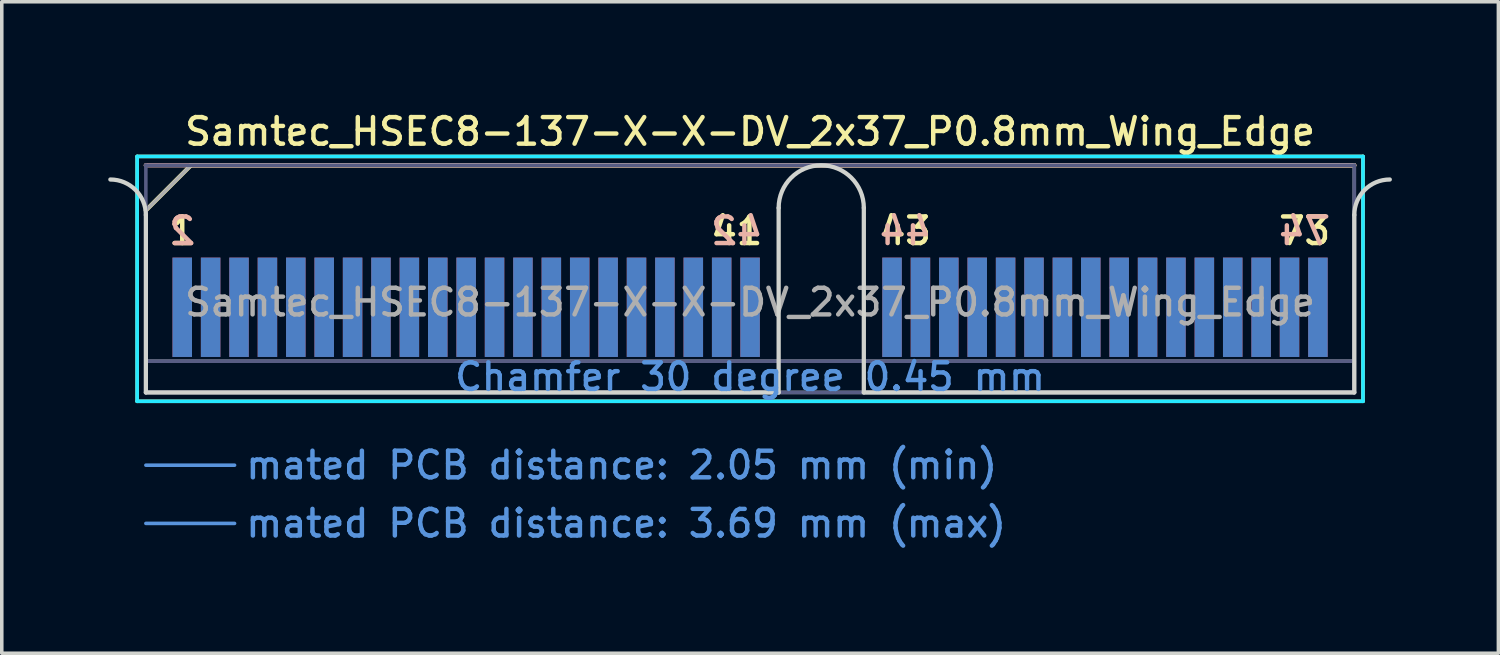
<source format=kicad_pcb>
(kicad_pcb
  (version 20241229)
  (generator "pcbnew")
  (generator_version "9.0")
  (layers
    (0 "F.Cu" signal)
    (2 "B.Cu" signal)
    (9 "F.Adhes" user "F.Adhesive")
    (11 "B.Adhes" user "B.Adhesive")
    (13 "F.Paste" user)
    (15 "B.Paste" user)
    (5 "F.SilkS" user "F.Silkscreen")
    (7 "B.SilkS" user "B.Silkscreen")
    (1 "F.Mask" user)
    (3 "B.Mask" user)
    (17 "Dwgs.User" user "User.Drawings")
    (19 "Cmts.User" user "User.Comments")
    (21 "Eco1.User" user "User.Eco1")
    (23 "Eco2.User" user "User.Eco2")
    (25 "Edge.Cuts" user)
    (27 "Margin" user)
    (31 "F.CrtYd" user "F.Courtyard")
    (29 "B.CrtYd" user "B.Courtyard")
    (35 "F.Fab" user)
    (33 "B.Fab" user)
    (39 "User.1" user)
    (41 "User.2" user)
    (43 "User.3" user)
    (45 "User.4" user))
  (footprint "Samtec_HSEC8-137-X-X-DV_2x37_P0.8mm_Wing_Edge"
    (layer "F.Cu")
    (at 18.085 8.008)
    (property "Reference" "Samtec_HSEC8-137-X-X-DV_2x37_P0.8mm_Wing_Edge" (at 0 -7.35 0) (layer "F.SilkS") (effects (font (size 0.75 0.75) (thickness 0.125))))
    (attr exclude_from_pos_files exclude_from_bom)
    (fp_line (start -17.27 -6.65) (end -17.27 0.25) (stroke (width 0.1) (type solid)) (layer "F.SilkS"))
    (fp_line (start -17.27 0.25) (end 17.27 0.25) (stroke (width 0.1) (type solid)) (layer "F.SilkS"))
    (fp_line (start -17.025 -5.13) (end -15.755 -6.4) (stroke (width 0.12) (type solid)) (layer "F.SilkS"))
    (fp_line (start -15.755 -6.4) (end 17.025 -6.4) (stroke (width 0.12) (type solid)) (layer "F.SilkS"))
    (fp_line (start 17.27 -6.65) (end -17.27 -6.65) (stroke (width 0.1) (type solid)) (layer "F.SilkS"))
    (fp_line (start 17.27 0.25) (end 17.27 -6.65) (stroke (width 0.1) (type solid)) (layer "F.SilkS"))
    (fp_line (start -17.025 -6.4) (end -17.025 -6.4) (stroke (width 0.12) (type solid)) (layer "B.SilkS"))
    (fp_line (start -17.025 -6.4) (end 17.025 -6.4) (stroke (width 0.12) (type solid)) (layer "B.SilkS"))
    (fp_line (start -17.025 2.05) (end -14.525 2.05) (stroke (width 0.1) (type solid)) (layer "Cmts.User"))
    (fp_line (start -17.025 3.69) (end -14.525 3.69) (stroke (width 0.1) (type solid)) (layer "Cmts.User"))
    (fp_line (start -17.025 -5) (end -17.025 0) (stroke (width 0.12) (type solid)) (layer "Edge.Cuts"))
    (fp_line (start -17.025 0) (end 0.805 0) (stroke (width 0.12) (type solid)) (layer "Edge.Cuts"))
    (fp_line (start 0.805 0) (end 0.805 -5.2) (stroke (width 0.12) (type solid)) (layer "Edge.Cuts"))
    (fp_line (start 3.205 -5.2) (end 3.205 0) (stroke (width 0.12) (type solid)) (layer "Edge.Cuts"))
    (fp_line (start 3.205 0) (end 17.025 0) (stroke (width 0.12) (type solid)) (layer "Edge.Cuts"))
    (fp_line (start 17.025 0) (end 17.025 -5) (stroke (width 0.12) (type solid)) (layer "Edge.Cuts"))
    (fp_arc (start -18.025 -6) (mid -17.317893 -5.707107) (end -17.025 -5) (stroke (width 0.12) (type solid)) (layer "Edge.Cuts"))
    (fp_arc (start 0.805 -5.2) (mid 2.005 -6.4) (end 3.205 -5.2) (stroke (width 0.12) (type solid)) (layer "Edge.Cuts"))
    (fp_arc (start 17.025 -5) (mid 17.317893 -5.707107) (end 18.025 -6) (stroke (width 0.12) (type solid)) (layer "Edge.Cuts"))
    (fp_line (start -17.27 -6.65) (end -17.27 0.25) (stroke (width 0.1) (type solid)) (layer "B.CrtYd"))
    (fp_line (start -17.27 0.25) (end 17.27 0.25) (stroke (width 0.1) (type solid)) (layer "B.CrtYd"))
    (fp_line (start 17.27 -6.65) (end -17.27 -6.65) (stroke (width 0.1) (type solid)) (layer "B.CrtYd"))
    (fp_line (start 17.27 0.25) (end 17.27 -6.65) (stroke (width 0.1) (type solid)) (layer "B.CrtYd"))
    (fp_line (start -17.025 -6.4) (end -17.025 -6.4) (stroke (width 0.1) (type solid)) (layer "B.Fab"))
    (fp_line (start -17.025 -6.4) (end -17.025 0) (stroke (width 0.1) (type solid)) (layer "B.Fab"))
    (fp_line (start -17.025 -6.4) (end 17.025 -6.4) (stroke (width 0.1) (type solid)) (layer "B.Fab"))
    (fp_line (start -17.025 -0.88) (end 17.025 -0.88) (stroke (width 0.1) (type solid)) (layer "B.Fab"))
    (fp_line (start -17.025 0) (end 17.025 0) (stroke (width 0.1) (type solid)) (layer "B.Fab"))
    (fp_line (start 17.025 -6.4) (end 17.025 0) (stroke (width 0.1) (type solid)) (layer "B.Fab"))
    (fp_line (start -17.025 -5.13) (end -17.025 0) (stroke (width 0.1) (type solid)) (layer "F.Fab"))
    (fp_line (start -17.025 -5.13) (end -15.755 -6.4) (stroke (width 0.1) (type solid)) (layer "F.Fab"))
    (fp_line (start -17.025 -0.88) (end 17.025 -0.88) (stroke (width 0.1) (type solid)) (layer "F.Fab"))
    (fp_line (start -17.025 0) (end 17.025 0) (stroke (width 0.1) (type solid)) (layer "F.Fab"))
    (fp_line (start -15.755 -6.4) (end 17.025 -6.4) (stroke (width 0.1) (type solid)) (layer "F.Fab"))
    (fp_line (start 17.025 -6.4) (end 17.025 0) (stroke (width 0.1) (type solid)) (layer "F.Fab"))
    (fp_text user "43" (at 4.375 -4.55 0) (layer "F.SilkS") (effects (font (size 0.75 0.75) (thickness 0.125))))
    (fp_text user "73" (at 15.625 -4.55 0) (layer "F.SilkS") (effects (font (size 0.75 0.75) (thickness 0.125))))
    (fp_text user "41" (at -0.375 -4.55 0) (layer "F.SilkS") (effects (font (size 0.75 0.75) (thickness 0.125))))
    (fp_text user "1" (at -16 -4.55 0) (layer "F.SilkS") (effects (font (size 0.75 0.75) (thickness 0.125))))
    (fp_text user "44" (at 4.375 -4.55 0) (layer "B.SilkS") (effects (font (size 0.75 0.75) (thickness 0.125)) (justify mirror)))
    (fp_text user "74" (at 15.625 -4.55 0) (layer "B.SilkS") (effects (font (size 0.75 0.75) (thickness 0.125)) (justify mirror)))
    (fp_text user "2" (at -16 -4.55 0) (layer "B.SilkS") (effects (font (size 0.75 0.75) (thickness 0.125)) (justify mirror)))
    (fp_text user "42" (at -0.375 -4.55 0) (layer "B.SilkS") (effects (font (size 0.75 0.75) (thickness 0.125)) (justify mirror)))
    (fp_text user "mated PCB distance: 3.69 mm (max)" (at -14.27 3.69 0) (layer "Cmts.User") (effects (font (size 0.75 0.75) (thickness 0.125)) (justify left)))
    (fp_text user "Chamfer 30 degree 0.45 mm" (at 0 -0.44 0) (layer "Cmts.User") (effects (font (size 0.75 0.75) (thickness 0.125))))
    (fp_text user "mated PCB distance: 2.05 mm (min)" (at -14.27 2.05 0) (layer "Cmts.User") (effects (font (size 0.75 0.75) (thickness 0.125)) (justify left)))
    (fp_text user "${REFERENCE}" (at 0 -2.54 0) (layer "F.Fab") (effects (font (size 0.75 0.75) (thickness 0.125))))
    (pad "1" connect rect (at -16 -2.4) (size 0.55 2.8) (layers "F.Cu" "F.Mask"))
    (pad "2" connect rect (at -16 -2.4) (size 0.55 2.8) (layers "B.Cu" "B.Mask"))
    (pad "3" connect rect (at -15.2 -2.4) (size 0.55 2.8) (layers "F.Cu" "F.Mask"))
    (pad "4" connect rect (at -15.2 -2.4) (size 0.55 2.8) (layers "B.Cu" "B.Mask"))
    (pad "5" connect rect (at -14.4 -2.4) (size 0.55 2.8) (layers "F.Cu" "F.Mask"))
    (pad "6" connect rect (at -14.4 -2.4) (size 0.55 2.8) (layers "B.Cu" "B.Mask"))
    (pad "7" connect rect (at -13.6 -2.4) (size 0.55 2.8) (layers "F.Cu" "F.Mask"))
    (pad "8" connect rect (at -13.6 -2.4) (size 0.55 2.8) (layers "B.Cu" "B.Mask"))
    (pad "9" connect rect (at -12.8 -2.4) (size 0.55 2.8) (layers "F.Cu" "F.Mask"))
    (pad "10" connect rect (at -12.8 -2.4) (size 0.55 2.8) (layers "B.Cu" "B.Mask"))
    (pad "11" connect rect (at -12 -2.4) (size 0.55 2.8) (layers "F.Cu" "F.Mask"))
    (pad "12" connect rect (at -12 -2.4) (size 0.55 2.8) (layers "B.Cu" "B.Mask"))
    (pad "13" connect rect (at -11.2 -2.4) (size 0.55 2.8) (layers "F.Cu" "F.Mask"))
    (pad "14" connect rect (at -11.2 -2.4) (size 0.55 2.8) (layers "B.Cu" "B.Mask"))
    (pad "15" connect rect (at -10.4 -2.4) (size 0.55 2.8) (layers "F.Cu" "F.Mask"))
    (pad "16" connect rect (at -10.4 -2.4) (size 0.55 2.8) (layers "B.Cu" "B.Mask"))
    (pad "17" connect rect (at -9.6 -2.4) (size 0.55 2.8) (layers "F.Cu" "F.Mask"))
    (pad "18" connect rect (at -9.6 -2.4) (size 0.55 2.8) (layers "B.Cu" "B.Mask"))
    (pad "19" connect rect (at -8.8 -2.4) (size 0.55 2.8) (layers "F.Cu" "F.Mask"))
    (pad "20" connect rect (at -8.8 -2.4) (size 0.55 2.8) (layers "B.Cu" "B.Mask"))
    (pad "21" connect rect (at -8 -2.4) (size 0.55 2.8) (layers "F.Cu" "F.Mask"))
    (pad "22" connect rect (at -8 -2.4) (size 0.55 2.8) (layers "B.Cu" "B.Mask"))
    (pad "23" connect rect (at -7.2 -2.4) (size 0.55 2.8) (layers "F.Cu" "F.Mask"))
    (pad "24" connect rect (at -7.2 -2.4) (size 0.55 2.8) (layers "B.Cu" "B.Mask"))
    (pad "25" connect rect (at -6.4 -2.4) (size 0.55 2.8) (layers "F.Cu" "F.Mask"))
    (pad "26" connect rect (at -6.4 -2.4) (size 0.55 2.8) (layers "B.Cu" "B.Mask"))
    (pad "27" connect rect (at -5.6 -2.4) (size 0.55 2.8) (layers "F.Cu" "F.Mask"))
    (pad "28" connect rect (at -5.6 -2.4) (size 0.55 2.8) (layers "B.Cu" "B.Mask"))
    (pad "29" connect rect (at -4.8 -2.4) (size 0.55 2.8) (layers "F.Cu" "F.Mask"))
    (pad "30" connect rect (at -4.8 -2.4) (size 0.55 2.8) (layers "B.Cu" "B.Mask"))
    (pad "31" connect rect (at -4 -2.4) (size 0.55 2.8) (layers "F.Cu" "F.Mask"))
    (pad "32" connect rect (at -4 -2.4) (size 0.55 2.8) (layers "B.Cu" "B.Mask"))
    (pad "33" connect rect (at -3.2 -2.4) (size 0.55 2.8) (layers "F.Cu" "F.Mask"))
    (pad "34" connect rect (at -3.2 -2.4) (size 0.55 2.8) (layers "B.Cu" "B.Mask"))
    (pad "35" connect rect (at -2.4 -2.4) (size 0.55 2.8) (layers "F.Cu" "F.Mask"))
    (pad "36" connect rect (at -2.4 -2.4) (size 0.55 2.8) (layers "B.Cu" "B.Mask"))
    (pad "37" connect rect (at -1.6 -2.4) (size 0.55 2.8) (layers "F.Cu" "F.Mask"))
    (pad "38" connect rect (at -1.6 -2.4) (size 0.55 2.8) (layers "B.Cu" "B.Mask"))
    (pad "39" connect rect (at -0.8 -2.4) (size 0.55 2.8) (layers "F.Cu" "F.Mask"))
    (pad "40" connect rect (at -0.8 -2.4) (size 0.55 2.8) (layers "B.Cu" "B.Mask"))
    (pad "41" connect rect (at 0 -2.4) (size 0.55 2.8) (layers "F.Cu" "F.Mask"))
    (pad "42" connect rect (at 0 -2.4) (size 0.55 2.8) (layers "B.Cu" "B.Mask"))
    (pad "43" connect rect (at 4 -2.4) (size 0.55 2.8) (layers "F.Cu" "F.Mask"))
    (pad "44" connect rect (at 4 -2.4) (size 0.55 2.8) (layers "B.Cu" "B.Mask"))
    (pad "45" connect rect (at 4.8 -2.4) (size 0.55 2.8) (layers "F.Cu" "F.Mask"))
    (pad "46" connect rect (at 4.8 -2.4) (size 0.55 2.8) (layers "B.Cu" "B.Mask"))
    (pad "47" connect rect (at 5.6 -2.4) (size 0.55 2.8) (layers "F.Cu" "F.Mask"))
    (pad "48" connect rect (at 5.6 -2.4) (size 0.55 2.8) (layers "B.Cu" "B.Mask"))
    (pad "49" connect rect (at 6.4 -2.4) (size 0.55 2.8) (layers "F.Cu" "F.Mask"))
    (pad "50" connect rect (at 6.4 -2.4) (size 0.55 2.8) (layers "B.Cu" "B.Mask"))
    (pad "51" connect rect (at 7.2 -2.4) (size 0.55 2.8) (layers "F.Cu" "F.Mask"))
    (pad "52" connect rect (at 7.2 -2.4) (size 0.55 2.8) (layers "B.Cu" "B.Mask"))
    (pad "53" connect rect (at 8 -2.4) (size 0.55 2.8) (layers "F.Cu" "F.Mask"))
    (pad "54" connect rect (at 8 -2.4) (size 0.55 2.8) (layers "B.Cu" "B.Mask"))
    (pad "55" connect rect (at 8.8 -2.4) (size 0.55 2.8) (layers "F.Cu" "F.Mask"))
    (pad "56" connect rect (at 8.8 -2.4) (size 0.55 2.8) (layers "B.Cu" "B.Mask"))
    (pad "57" connect rect (at 9.6 -2.4) (size 0.55 2.8) (layers "F.Cu" "F.Mask"))
    (pad "58" connect rect (at 9.6 -2.4) (size 0.55 2.8) (layers "B.Cu" "B.Mask"))
    (pad "59" connect rect (at 10.4 -2.4) (size 0.55 2.8) (layers "F.Cu" "F.Mask"))
    (pad "60" connect rect (at 10.4 -2.4) (size 0.55 2.8) (layers "B.Cu" "B.Mask"))
    (pad "61" connect rect (at 11.2 -2.4) (size 0.55 2.8) (layers "F.Cu" "F.Mask"))
    (pad "62" connect rect (at 11.2 -2.4) (size 0.55 2.8) (layers "B.Cu" "B.Mask"))
    (pad "63" connect rect (at 12 -2.4) (size 0.55 2.8) (layers "F.Cu" "F.Mask"))
    (pad "64" connect rect (at 12 -2.4) (size 0.55 2.8) (layers "B.Cu" "B.Mask"))
    (pad "65" connect rect (at 12.8 -2.4) (size 0.55 2.8) (layers "F.Cu" "F.Mask"))
    (pad "66" connect rect (at 12.8 -2.4) (size 0.55 2.8) (layers "B.Cu" "B.Mask"))
    (pad "67" connect rect (at 13.6 -2.4) (size 0.55 2.8) (layers "F.Cu" "F.Mask"))
    (pad "68" connect rect (at 13.6 -2.4) (size 0.55 2.8) (layers "B.Cu" "B.Mask"))
    (pad "69" connect rect (at 14.4 -2.4) (size 0.55 2.8) (layers "F.Cu" "F.Mask"))
    (pad "70" connect rect (at 14.4 -2.4) (size 0.55 2.8) (layers "B.Cu" "B.Mask"))
    (pad "71" connect rect (at 15.2 -2.4) (size 0.55 2.8) (layers "F.Cu" "F.Mask"))
    (pad "72" connect rect (at 15.2 -2.4) (size 0.55 2.8) (layers "B.Cu" "B.Mask"))
    (pad "73" connect rect (at 16 -2.4) (size 0.55 2.8) (layers "F.Cu" "F.Mask"))
    (pad "74" connect rect (at 16 -2.4) (size 0.55 2.8) (layers "B.Cu" "B.Mask")))
  (gr_rect
    (start -3 -3)
    (end 39.17 15.356)
    (stroke (width 0.1) (type default))
    (fill no)
    (layer "Edge.Cuts")))
</source>
